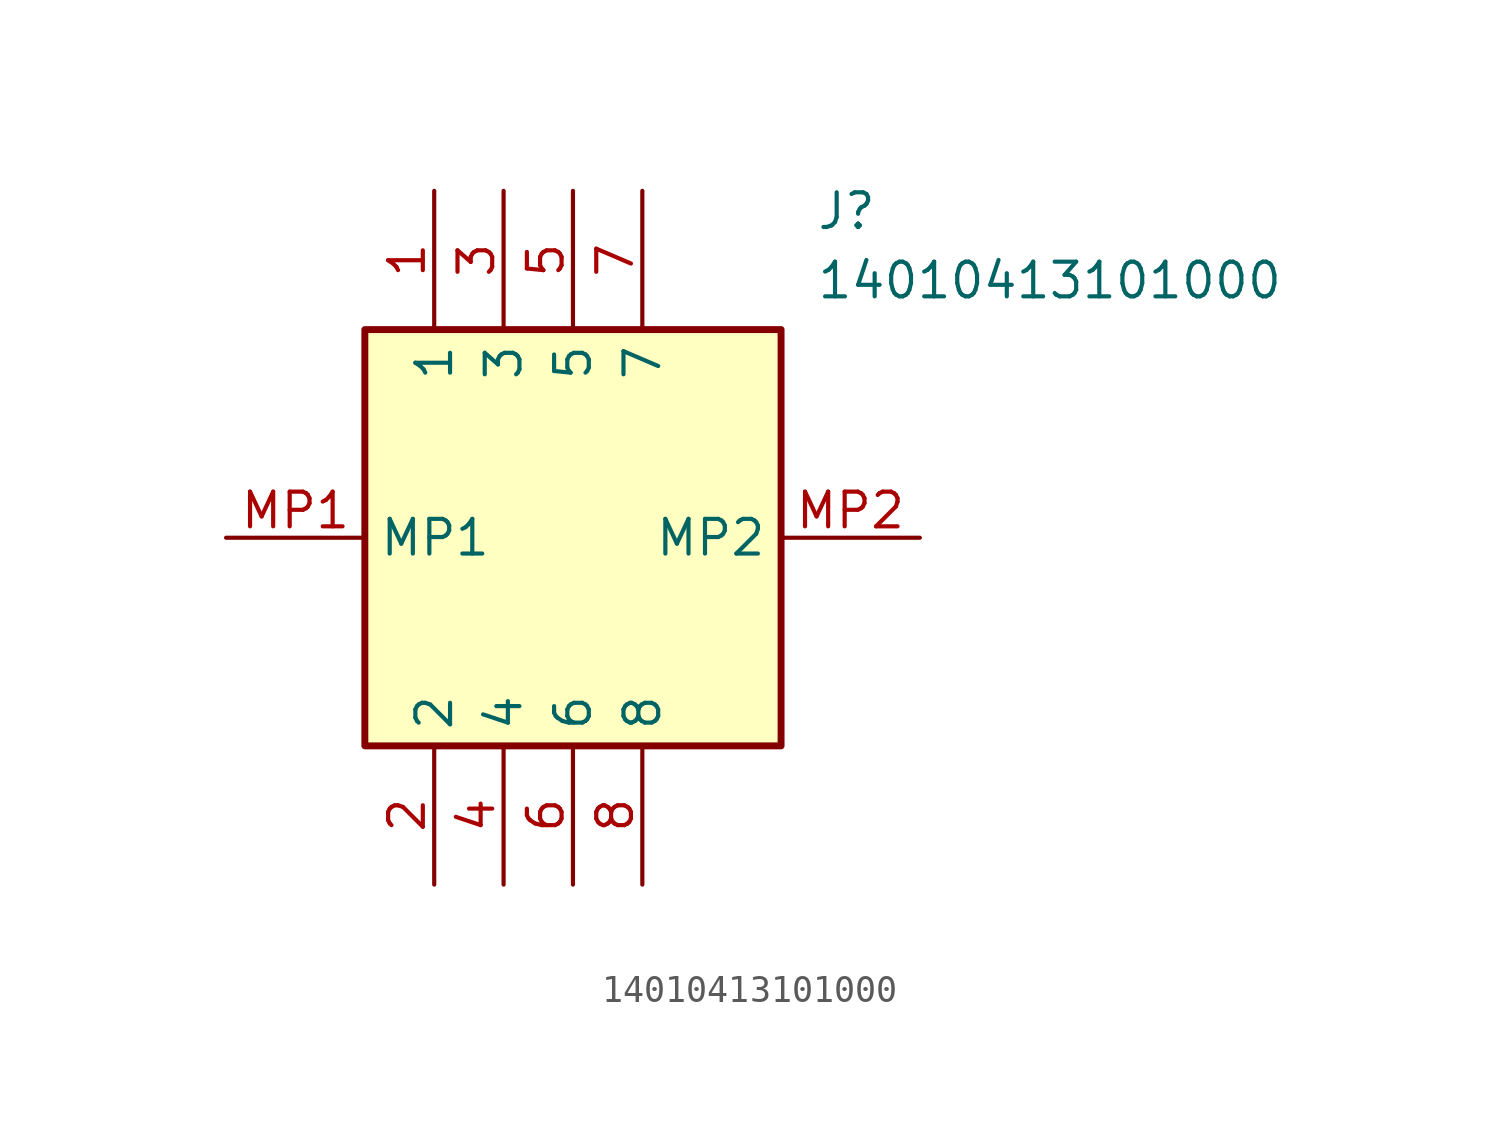
<source format=kicad_sym>
(kicad_symbol_lib
  (version 20211014)
  (generator SamacSys_ECAD_Model)
  (symbol "14010413101000"
    (property "Reference" "J"
      (at 21.59 12.7 0)
      (effects (font (size 1.27 1.27)) (justify left top)))
    (property "Value" "14010413101000"
      (at 21.59 10.16 0)
      (effects (font (size 1.27 1.27)) (justify left top)))
    (rectangle
      (start 5.08 7.62)
      (end 20.32 -7.62)
      (stroke (width 0.254) (type default))
      (fill (type background)))
    (pin passive line
      (at 7.62 12.7 270)
      (length 5.08)
      (name "1" (effects (font (size 1.27 1.27))))
      (number "1" (effects (font (size 1.27 1.27)))))
    (pin passive line
      (at 7.62 -12.7 90)
      (length 5.08)
      (name "2" (effects (font (size 1.27 1.27))))
      (number "2" (effects (font (size 1.27 1.27)))))
    (pin passive line
      (at 10.16 12.7 270)
      (length 5.08)
      (name "3" (effects (font (size 1.27 1.27))))
      (number "3" (effects (font (size 1.27 1.27)))))
    (pin passive line
      (at 10.16 -12.7 90)
      (length 5.08)
      (name "4" (effects (font (size 1.27 1.27))))
      (number "4" (effects (font (size 1.27 1.27)))))
    (pin passive line
      (at 12.7 12.7 270)
      (length 5.08)
      (name "5" (effects (font (size 1.27 1.27))))
      (number "5" (effects (font (size 1.27 1.27)))))
    (pin passive line
      (at 12.7 -12.7 90)
      (length 5.08)
      (name "6" (effects (font (size 1.27 1.27))))
      (number "6" (effects (font (size 1.27 1.27)))))
    (pin passive line
      (at 15.24 12.7 270)
      (length 5.08)
      (name "7" (effects (font (size 1.27 1.27))))
      (number "7" (effects (font (size 1.27 1.27)))))
    (pin passive line
      (at 15.24 -12.7 90)
      (length 5.08)
      (name "8" (effects (font (size 1.27 1.27))))
      (number "8" (effects (font (size 1.27 1.27)))))
    (pin passive line
      (at 0 0 0)
      (length 5.08)
      (name "MP1" (effects (font (size 1.27 1.27))))
      (number "MP1" (effects (font (size 1.27 1.27)))))
    (pin passive line
      (at 25.4 0 180)
      (length 5.08)
      (name "MP2" (effects (font (size 1.27 1.27))))
      (number "MP2" (effects (font (size 1.27 1.27)))))))
</source>
